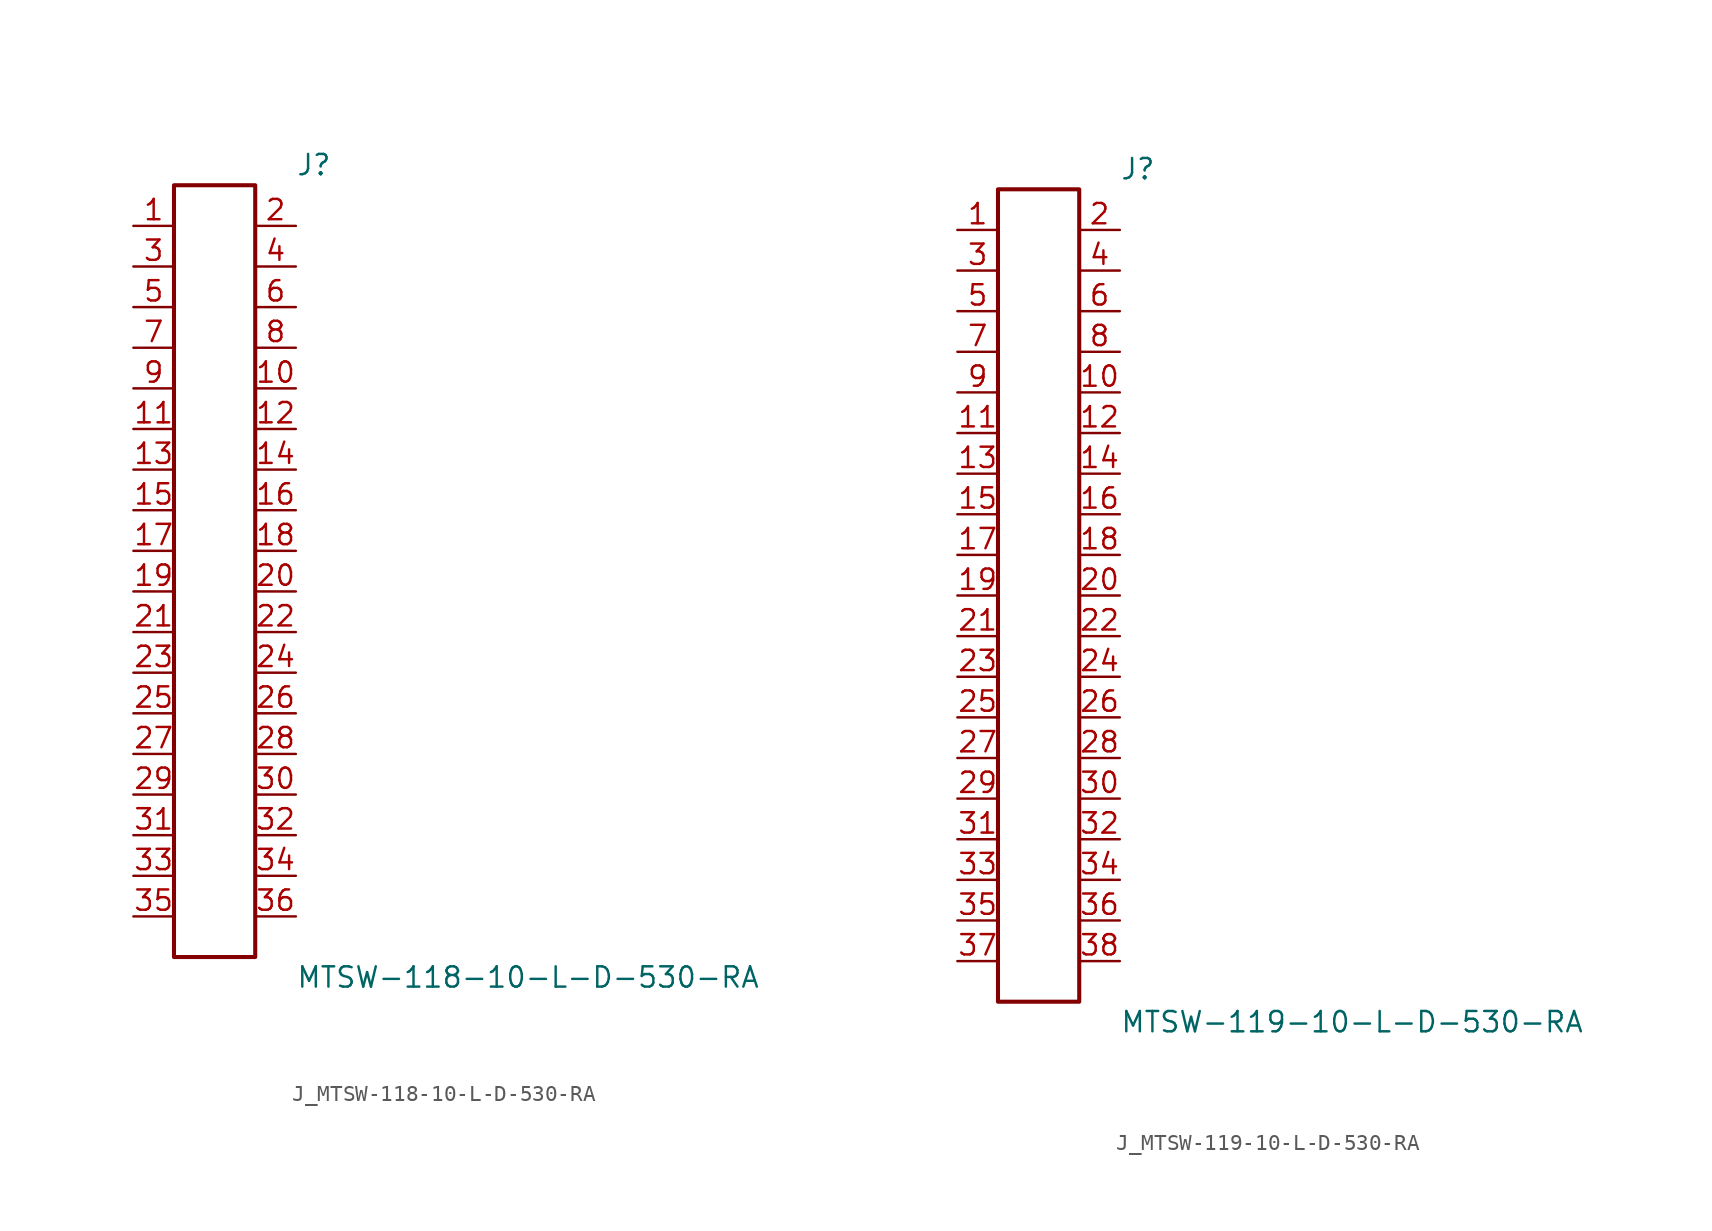
<source format=kicad_sym>
(kicad_symbol_lib
  (version 20231120)
  (generator kicad_symbol_editor)
  (generator_version 8.0)
  (symbol "J_MTSW-118-10-L-D-530-RA"
    (pin_names
      (offset 0.254))
    (property "Reference" "J"
      (at 5.08 25.4 0)
      (effects (font (size 1.27 1.27)) (justify left)))
    (property "Value" "MTSW-118-10-L-D-530-RA"
      (at 5.08 -25.4 0)
      (effects (font (size 1.27 1.27)) (justify left)))
    (symbol "J_MTSW-118-10-L-D-530-RA_0_0"
      (pin passive line (at -5.08 21.59 0) (length 2.54) (name "" (effects (font (size 1.27 1.27)))) (number "1" (effects (font (size 1.27 1.27)))))
      (pin passive line (at 5.08 21.59 180) (length 2.54) (name "" (effects (font (size 1.27 1.27)))) (number "2" (effects (font (size 1.27 1.27)))))
      (pin passive line (at -5.08 19.05 0) (length 2.54) (name "" (effects (font (size 1.27 1.27)))) (number "3" (effects (font (size 1.27 1.27)))))
      (pin passive line (at 5.08 19.05 180) (length 2.54) (name "" (effects (font (size 1.27 1.27)))) (number "4" (effects (font (size 1.27 1.27)))))
      (pin passive line (at -5.08 16.51 0) (length 2.54) (name "" (effects (font (size 1.27 1.27)))) (number "5" (effects (font (size 1.27 1.27)))))
      (pin passive line (at 5.08 16.51 180) (length 2.54) (name "" (effects (font (size 1.27 1.27)))) (number "6" (effects (font (size 1.27 1.27)))))
      (pin passive line (at -5.08 13.97 0) (length 2.54) (name "" (effects (font (size 1.27 1.27)))) (number "7" (effects (font (size 1.27 1.27)))))
      (pin passive line (at 5.08 13.97 180) (length 2.54) (name "" (effects (font (size 1.27 1.27)))) (number "8" (effects (font (size 1.27 1.27)))))
      (pin passive line (at -5.08 11.43 0) (length 2.54) (name "" (effects (font (size 1.27 1.27)))) (number "9" (effects (font (size 1.27 1.27)))))
      (pin passive line (at 5.08 11.43 180) (length 2.54) (name "" (effects (font (size 1.27 1.27)))) (number "10" (effects (font (size 1.27 1.27)))))
      (pin passive line (at -5.08 8.89 0) (length 2.54) (name "" (effects (font (size 1.27 1.27)))) (number "11" (effects (font (size 1.27 1.27)))))
      (pin passive line (at 5.08 8.89 180) (length 2.54) (name "" (effects (font (size 1.27 1.27)))) (number "12" (effects (font (size 1.27 1.27)))))
      (pin passive line (at -5.08 6.35 0) (length 2.54) (name "" (effects (font (size 1.27 1.27)))) (number "13" (effects (font (size 1.27 1.27)))))
      (pin passive line (at 5.08 6.35 180) (length 2.54) (name "" (effects (font (size 1.27 1.27)))) (number "14" (effects (font (size 1.27 1.27)))))
      (pin passive line (at -5.08 3.81 0) (length 2.54) (name "" (effects (font (size 1.27 1.27)))) (number "15" (effects (font (size 1.27 1.27)))))
      (pin passive line (at 5.08 3.81 180) (length 2.54) (name "" (effects (font (size 1.27 1.27)))) (number "16" (effects (font (size 1.27 1.27)))))
      (pin passive line (at -5.08 1.27 0) (length 2.54) (name "" (effects (font (size 1.27 1.27)))) (number "17" (effects (font (size 1.27 1.27)))))
      (pin passive line (at 5.08 1.27 180) (length 2.54) (name "" (effects (font (size 1.27 1.27)))) (number "18" (effects (font (size 1.27 1.27)))))
      (pin passive line (at -5.08 -1.27 0) (length 2.54) (name "" (effects (font (size 1.27 1.27)))) (number "19" (effects (font (size 1.27 1.27)))))
      (pin passive line (at 5.08 -1.27 180) (length 2.54) (name "" (effects (font (size 1.27 1.27)))) (number "20" (effects (font (size 1.27 1.27)))))
      (pin passive line (at -5.08 -3.81 0) (length 2.54) (name "" (effects (font (size 1.27 1.27)))) (number "21" (effects (font (size 1.27 1.27)))))
      (pin passive line (at 5.08 -3.81 180) (length 2.54) (name "" (effects (font (size 1.27 1.27)))) (number "22" (effects (font (size 1.27 1.27)))))
      (pin passive line (at -5.08 -6.35 0) (length 2.54) (name "" (effects (font (size 1.27 1.27)))) (number "23" (effects (font (size 1.27 1.27)))))
      (pin passive line (at 5.08 -6.35 180) (length 2.54) (name "" (effects (font (size 1.27 1.27)))) (number "24" (effects (font (size 1.27 1.27)))))
      (pin passive line (at -5.08 -8.89 0) (length 2.54) (name "" (effects (font (size 1.27 1.27)))) (number "25" (effects (font (size 1.27 1.27)))))
      (pin passive line (at 5.08 -8.89 180) (length 2.54) (name "" (effects (font (size 1.27 1.27)))) (number "26" (effects (font (size 1.27 1.27)))))
      (pin passive line (at -5.08 -11.43 0) (length 2.54) (name "" (effects (font (size 1.27 1.27)))) (number "27" (effects (font (size 1.27 1.27)))))
      (pin passive line (at 5.08 -11.43 180) (length 2.54) (name "" (effects (font (size 1.27 1.27)))) (number "28" (effects (font (size 1.27 1.27)))))
      (pin passive line (at -5.08 -13.97 0) (length 2.54) (name "" (effects (font (size 1.27 1.27)))) (number "29" (effects (font (size 1.27 1.27)))))
      (pin passive line (at 5.08 -13.97 180) (length 2.54) (name "" (effects (font (size 1.27 1.27)))) (number "30" (effects (font (size 1.27 1.27)))))
      (pin passive line (at -5.08 -16.51 0) (length 2.54) (name "" (effects (font (size 1.27 1.27)))) (number "31" (effects (font (size 1.27 1.27)))))
      (pin passive line (at 5.08 -16.51 180) (length 2.54) (name "" (effects (font (size 1.27 1.27)))) (number "32" (effects (font (size 1.27 1.27)))))
      (pin passive line (at -5.08 -19.05 0) (length 2.54) (name "" (effects (font (size 1.27 1.27)))) (number "33" (effects (font (size 1.27 1.27)))))
      (pin passive line (at 5.08 -19.05 180) (length 2.54) (name "" (effects (font (size 1.27 1.27)))) (number "34" (effects (font (size 1.27 1.27)))))
      (pin passive line (at -5.08 -21.59 0) (length 2.54) (name "" (effects (font (size 1.27 1.27)))) (number "35" (effects (font (size 1.27 1.27)))))
      (pin passive line (at 5.08 -21.59 180) (length 2.54) (name "" (effects (font (size 1.27 1.27)))) (number "36" (effects (font (size 1.27 1.27))))))
    (symbol "J_MTSW-118-10-L-D-530-RA_1_0"
      (rectangle (start -2.54 24.13) (end 2.54 -24.13) (stroke (width 0.254) (type solid)) (fill (type none)))))
  (symbol "J_MTSW-119-10-L-D-530-RA"
    (pin_names
      (offset 0.254))
    (property "Reference" "J"
      (at 5.08 26.67 0)
      (effects (font (size 1.27 1.27)) (justify left)))
    (property "Value" "MTSW-119-10-L-D-530-RA"
      (at 5.08 -26.67 0)
      (effects (font (size 1.27 1.27)) (justify left)))
    (symbol "J_MTSW-119-10-L-D-530-RA_0_0"
      (pin passive line (at -5.08 22.86 0) (length 2.54) (name "" (effects (font (size 1.27 1.27)))) (number "1" (effects (font (size 1.27 1.27)))))
      (pin passive line (at 5.08 22.86 180) (length 2.54) (name "" (effects (font (size 1.27 1.27)))) (number "2" (effects (font (size 1.27 1.27)))))
      (pin passive line (at -5.08 20.32 0) (length 2.54) (name "" (effects (font (size 1.27 1.27)))) (number "3" (effects (font (size 1.27 1.27)))))
      (pin passive line (at 5.08 20.32 180) (length 2.54) (name "" (effects (font (size 1.27 1.27)))) (number "4" (effects (font (size 1.27 1.27)))))
      (pin passive line (at -5.08 17.78 0) (length 2.54) (name "" (effects (font (size 1.27 1.27)))) (number "5" (effects (font (size 1.27 1.27)))))
      (pin passive line (at 5.08 17.78 180) (length 2.54) (name "" (effects (font (size 1.27 1.27)))) (number "6" (effects (font (size 1.27 1.27)))))
      (pin passive line (at -5.08 15.24 0) (length 2.54) (name "" (effects (font (size 1.27 1.27)))) (number "7" (effects (font (size 1.27 1.27)))))
      (pin passive line (at 5.08 15.24 180) (length 2.54) (name "" (effects (font (size 1.27 1.27)))) (number "8" (effects (font (size 1.27 1.27)))))
      (pin passive line (at -5.08 12.7 0) (length 2.54) (name "" (effects (font (size 1.27 1.27)))) (number "9" (effects (font (size 1.27 1.27)))))
      (pin passive line (at 5.08 12.7 180) (length 2.54) (name "" (effects (font (size 1.27 1.27)))) (number "10" (effects (font (size 1.27 1.27)))))
      (pin passive line (at -5.08 10.16 0) (length 2.54) (name "" (effects (font (size 1.27 1.27)))) (number "11" (effects (font (size 1.27 1.27)))))
      (pin passive line (at 5.08 10.16 180) (length 2.54) (name "" (effects (font (size 1.27 1.27)))) (number "12" (effects (font (size 1.27 1.27)))))
      (pin passive line (at -5.08 7.62 0) (length 2.54) (name "" (effects (font (size 1.27 1.27)))) (number "13" (effects (font (size 1.27 1.27)))))
      (pin passive line (at 5.08 7.62 180) (length 2.54) (name "" (effects (font (size 1.27 1.27)))) (number "14" (effects (font (size 1.27 1.27)))))
      (pin passive line (at -5.08 5.08 0) (length 2.54) (name "" (effects (font (size 1.27 1.27)))) (number "15" (effects (font (size 1.27 1.27)))))
      (pin passive line (at 5.08 5.08 180) (length 2.54) (name "" (effects (font (size 1.27 1.27)))) (number "16" (effects (font (size 1.27 1.27)))))
      (pin passive line (at -5.08 2.54 0) (length 2.54) (name "" (effects (font (size 1.27 1.27)))) (number "17" (effects (font (size 1.27 1.27)))))
      (pin passive line (at 5.08 2.54 180) (length 2.54) (name "" (effects (font (size 1.27 1.27)))) (number "18" (effects (font (size 1.27 1.27)))))
      (pin passive line (at -5.08 0.0 0) (length 2.54) (name "" (effects (font (size 1.27 1.27)))) (number "19" (effects (font (size 1.27 1.27)))))
      (pin passive line (at 5.08 0.0 180) (length 2.54) (name "" (effects (font (size 1.27 1.27)))) (number "20" (effects (font (size 1.27 1.27)))))
      (pin passive line (at -5.08 -2.54 0) (length 2.54) (name "" (effects (font (size 1.27 1.27)))) (number "21" (effects (font (size 1.27 1.27)))))
      (pin passive line (at 5.08 -2.54 180) (length 2.54) (name "" (effects (font (size 1.27 1.27)))) (number "22" (effects (font (size 1.27 1.27)))))
      (pin passive line (at -5.08 -5.08 0) (length 2.54) (name "" (effects (font (size 1.27 1.27)))) (number "23" (effects (font (size 1.27 1.27)))))
      (pin passive line (at 5.08 -5.08 180) (length 2.54) (name "" (effects (font (size 1.27 1.27)))) (number "24" (effects (font (size 1.27 1.27)))))
      (pin passive line (at -5.08 -7.62 0) (length 2.54) (name "" (effects (font (size 1.27 1.27)))) (number "25" (effects (font (size 1.27 1.27)))))
      (pin passive line (at 5.08 -7.62 180) (length 2.54) (name "" (effects (font (size 1.27 1.27)))) (number "26" (effects (font (size 1.27 1.27)))))
      (pin passive line (at -5.08 -10.16 0) (length 2.54) (name "" (effects (font (size 1.27 1.27)))) (number "27" (effects (font (size 1.27 1.27)))))
      (pin passive line (at 5.08 -10.16 180) (length 2.54) (name "" (effects (font (size 1.27 1.27)))) (number "28" (effects (font (size 1.27 1.27)))))
      (pin passive line (at -5.08 -12.7 0) (length 2.54) (name "" (effects (font (size 1.27 1.27)))) (number "29" (effects (font (size 1.27 1.27)))))
      (pin passive line (at 5.08 -12.7 180) (length 2.54) (name "" (effects (font (size 1.27 1.27)))) (number "30" (effects (font (size 1.27 1.27)))))
      (pin passive line (at -5.08 -15.24 0) (length 2.54) (name "" (effects (font (size 1.27 1.27)))) (number "31" (effects (font (size 1.27 1.27)))))
      (pin passive line (at 5.08 -15.24 180) (length 2.54) (name "" (effects (font (size 1.27 1.27)))) (number "32" (effects (font (size 1.27 1.27)))))
      (pin passive line (at -5.08 -17.78 0) (length 2.54) (name "" (effects (font (size 1.27 1.27)))) (number "33" (effects (font (size 1.27 1.27)))))
      (pin passive line (at 5.08 -17.78 180) (length 2.54) (name "" (effects (font (size 1.27 1.27)))) (number "34" (effects (font (size 1.27 1.27)))))
      (pin passive line (at -5.08 -20.32 0) (length 2.54) (name "" (effects (font (size 1.27 1.27)))) (number "35" (effects (font (size 1.27 1.27)))))
      (pin passive line (at 5.08 -20.32 180) (length 2.54) (name "" (effects (font (size 1.27 1.27)))) (number "36" (effects (font (size 1.27 1.27)))))
      (pin passive line (at -5.08 -22.86 0) (length 2.54) (name "" (effects (font (size 1.27 1.27)))) (number "37" (effects (font (size 1.27 1.27)))))
      (pin passive line (at 5.08 -22.86 180) (length 2.54) (name "" (effects (font (size 1.27 1.27)))) (number "38" (effects (font (size 1.27 1.27))))))
    (symbol "J_MTSW-119-10-L-D-530-RA_1_0"
      (rectangle (start -2.54 25.4) (end 2.54 -25.4) (stroke (width 0.254) (type solid)) (fill (type none))))))
</source>
